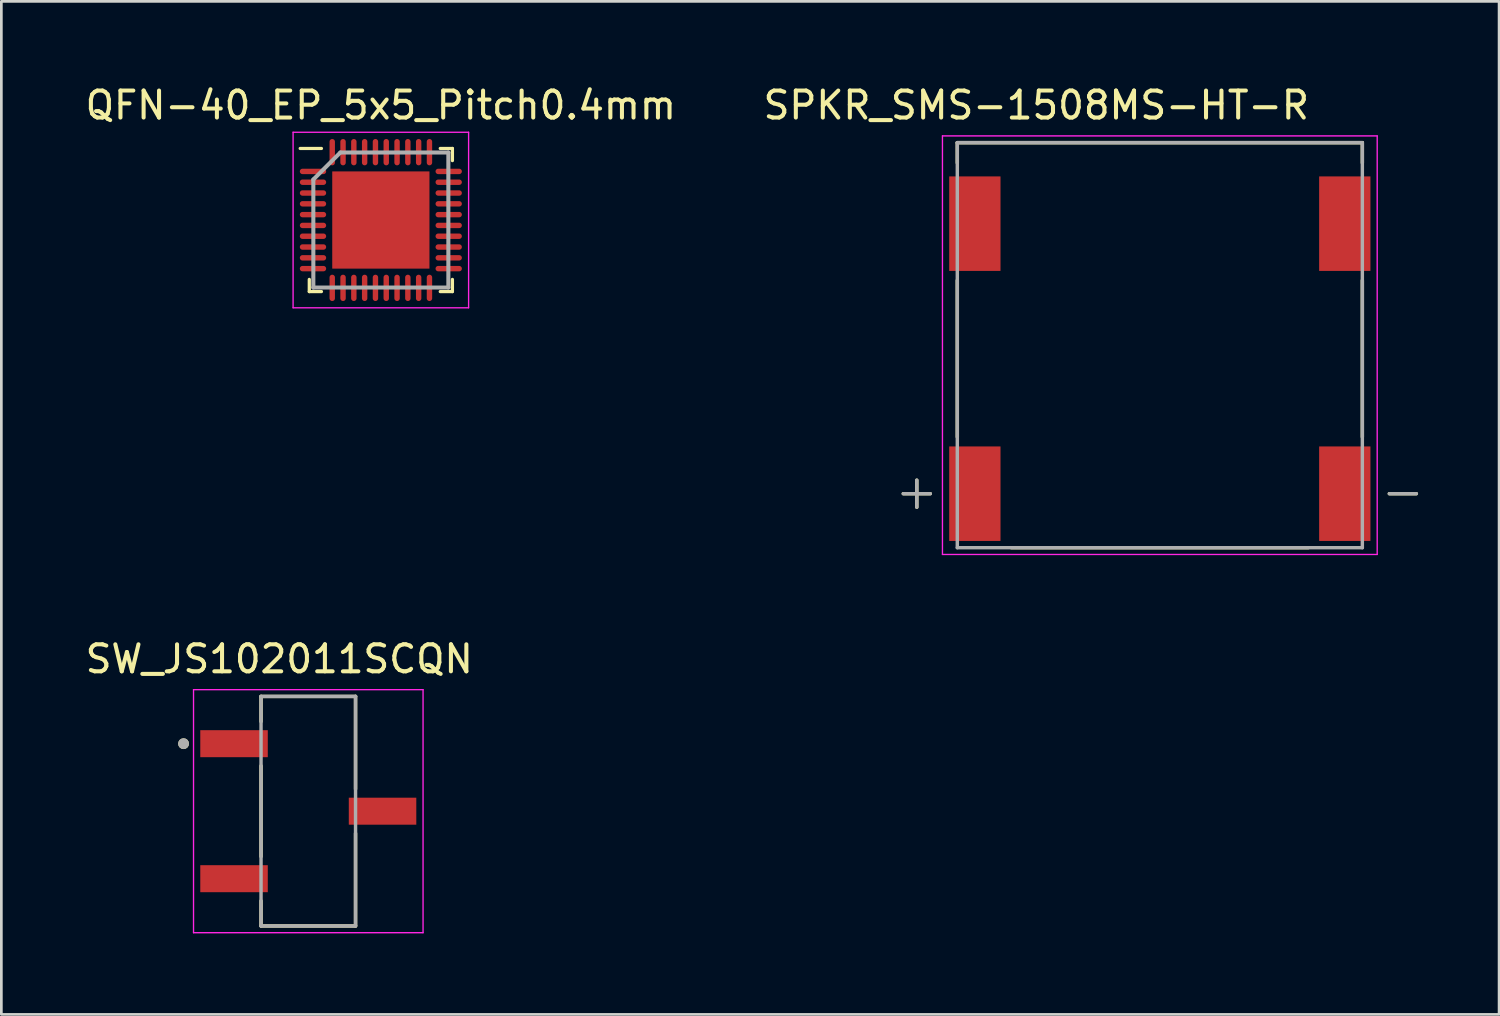
<source format=kicad_pcb>
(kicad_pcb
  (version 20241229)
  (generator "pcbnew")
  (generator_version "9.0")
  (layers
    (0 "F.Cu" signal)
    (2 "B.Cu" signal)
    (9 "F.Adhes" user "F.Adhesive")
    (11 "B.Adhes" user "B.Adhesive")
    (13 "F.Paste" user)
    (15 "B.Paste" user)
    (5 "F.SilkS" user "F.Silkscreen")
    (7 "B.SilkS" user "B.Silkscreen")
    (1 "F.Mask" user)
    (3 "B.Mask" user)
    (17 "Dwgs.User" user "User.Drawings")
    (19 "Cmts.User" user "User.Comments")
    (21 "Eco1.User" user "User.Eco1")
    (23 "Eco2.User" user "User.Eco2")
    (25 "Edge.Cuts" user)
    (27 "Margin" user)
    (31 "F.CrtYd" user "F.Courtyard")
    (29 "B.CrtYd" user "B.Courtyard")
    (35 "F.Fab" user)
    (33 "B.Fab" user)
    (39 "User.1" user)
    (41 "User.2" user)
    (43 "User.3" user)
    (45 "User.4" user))
  (footprint "QFN-40_EP_5x5_Pitch0.4mm"
    (layer "F.Cu")
    (at 11.054 5.098)
    (property "Reference" "QFN-40_EP_5x5_Pitch0.4mm" (at 0 -4.25 0) (layer "F.SilkS") (effects (font (size 1 1) (thickness 0.15))))
    (attr smd)
    (fp_line (start -2.65 2.65) (end -2.65 2.2) (stroke (width 0.12) (type solid)) (layer "F.SilkS"))
    (fp_line (start -2.2 -2.65) (end -2.987 -2.65) (stroke (width 0.12) (type solid)) (layer "F.SilkS"))
    (fp_line (start -2.2 2.65) (end -2.65 2.65) (stroke (width 0.12) (type solid)) (layer "F.SilkS"))
    (fp_line (start 2.2 -2.65) (end 2.65 -2.65) (stroke (width 0.12) (type solid)) (layer "F.SilkS"))
    (fp_line (start 2.2 2.65) (end 2.65 2.65) (stroke (width 0.12) (type solid)) (layer "F.SilkS"))
    (fp_line (start 2.65 -2.65) (end 2.65 -2.2) (stroke (width 0.12) (type solid)) (layer "F.SilkS"))
    (fp_line (start 2.65 2.65) (end 2.65 2.2) (stroke (width 0.12) (type solid)) (layer "F.SilkS"))
    (fp_rect (start -1.6 -1.6) (end -0.2 -0.2) (stroke (width 0.01) (type solid)) (fill yes) (layer "F.Paste"))
    (fp_rect (start -0.2 0.2) (end -1.6 1.6) (stroke (width 0.01) (type solid)) (fill yes) (layer "F.Paste"))
    (fp_rect (start 0.2 -0.2) (end 1.6 -1.6) (stroke (width 0.01) (type solid)) (fill yes) (layer "F.Paste"))
    (fp_rect (start 0.2 0.2) (end 1.6 1.6) (stroke (width 0.01) (type solid)) (fill yes) (layer "F.Paste"))
    (fp_line (start -3.25 -3.25) (end 3.25 -3.25) (stroke (width 0.05) (type solid)) (layer "F.CrtYd"))
    (fp_line (start -3.25 3.25) (end -3.25 -3.25) (stroke (width 0.05) (type solid)) (layer "F.CrtYd"))
    (fp_line (start 3.25 -3.25) (end 3.25 3.25) (stroke (width 0.05) (type solid)) (layer "F.CrtYd"))
    (fp_line (start 3.25 3.25) (end -3.25 3.25) (stroke (width 0.05) (type solid)) (layer "F.CrtYd"))
    (fp_line (start -2.5 -1.5) (end -2.5 2.5) (stroke (width 0.15) (type solid)) (layer "F.Fab"))
    (fp_line (start -2.5 2.5) (end 2.5 2.5) (stroke (width 0.15) (type solid)) (layer "F.Fab"))
    (fp_line (start -1.5 -2.5) (end -2.5 -1.5) (stroke (width 0.15) (type solid)) (layer "F.Fab"))
    (fp_line (start 2.5 -2.5) (end -1.5 -2.5) (stroke (width 0.15) (type solid)) (layer "F.Fab"))
    (fp_line (start 2.5 2.5) (end 2.5 -2.5) (stroke (width 0.15) (type solid)) (layer "F.Fab"))
    (pad "1" smd oval (at -2.513 -1.8 90) (size 0.2 0.975) (layers "F.Cu" "F.Mask" "F.Paste"))
    (pad "2" smd oval (at -2.513 -1.4 90) (size 0.2 0.975) (layers "F.Cu" "F.Mask" "F.Paste"))
    (pad "3" smd oval (at -2.513 -1 90) (size 0.2 0.975) (layers "F.Cu" "F.Mask" "F.Paste"))
    (pad "4" smd oval (at -2.513 -0.6 90) (size 0.2 0.975) (layers "F.Cu" "F.Mask" "F.Paste"))
    (pad "5" smd oval (at -2.513 -0.2 90) (size 0.2 0.975) (layers "F.Cu" "F.Mask" "F.Paste"))
    (pad "6" smd oval (at -2.513 0.2 90) (size 0.2 0.975) (layers "F.Cu" "F.Mask" "F.Paste"))
    (pad "7" smd oval (at -2.513 0.6 90) (size 0.2 0.975) (layers "F.Cu" "F.Mask" "F.Paste"))
    (pad "8" smd oval (at -2.513 1 90) (size 0.2 0.975) (layers "F.Cu" "F.Mask" "F.Paste"))
    (pad "9" smd oval (at -2.513 1.4 90) (size 0.2 0.975) (layers "F.Cu" "F.Mask" "F.Paste"))
    (pad "10" smd oval (at -2.513 1.8 90) (size 0.2 0.975) (layers "F.Cu" "F.Mask" "F.Paste"))
    (pad "11" smd oval (at -1.8 2.513) (size 0.2 0.975) (layers "F.Cu" "F.Mask" "F.Paste"))
    (pad "12" smd oval (at -1.4 2.513) (size 0.2 0.975) (layers "F.Cu" "F.Mask" "F.Paste"))
    (pad "13" smd oval (at -1 2.513) (size 0.2 0.975) (layers "F.Cu" "F.Mask" "F.Paste"))
    (pad "14" smd oval (at -0.6 2.513) (size 0.2 0.975) (layers "F.Cu" "F.Mask" "F.Paste"))
    (pad "15" smd oval (at -0.2 2.513) (size 0.2 0.975) (layers "F.Cu" "F.Mask" "F.Paste"))
    (pad "16" smd oval (at 0.2 2.513) (size 0.2 0.975) (layers "F.Cu" "F.Mask" "F.Paste"))
    (pad "17" smd oval (at 0.6 2.513) (size 0.2 0.975) (layers "F.Cu" "F.Mask" "F.Paste"))
    (pad "18" smd oval (at 1 2.513) (size 0.2 0.975) (layers "F.Cu" "F.Mask" "F.Paste"))
    (pad "19" smd oval (at 1.4 2.513) (size 0.2 0.975) (layers "F.Cu" "F.Mask" "F.Paste"))
    (pad "20" smd oval (at 1.8 2.513) (size 0.2 0.975) (layers "F.Cu" "F.Mask" "F.Paste"))
    (pad "21" smd oval (at 2.513 1.8 90) (size 0.2 0.975) (layers "F.Cu" "F.Mask" "F.Paste"))
    (pad "22" smd oval (at 2.513 1.4 90) (size 0.2 0.975) (layers "F.Cu" "F.Mask" "F.Paste"))
    (pad "23" smd oval (at 2.513 1 90) (size 0.2 0.975) (layers "F.Cu" "F.Mask" "F.Paste"))
    (pad "24" smd oval (at 2.513 0.6 90) (size 0.2 0.975) (layers "F.Cu" "F.Mask" "F.Paste"))
    (pad "25" smd oval (at 2.513 0.2 90) (size 0.2 0.975) (layers "F.Cu" "F.Mask" "F.Paste"))
    (pad "26" smd oval (at 2.513 -0.2 90) (size 0.2 0.975) (layers "F.Cu" "F.Mask" "F.Paste"))
    (pad "27" smd oval (at 2.513 -0.6 90) (size 0.2 0.975) (layers "F.Cu" "F.Mask" "F.Paste"))
    (pad "28" smd oval (at 2.513 -1 90) (size 0.2 0.975) (layers "F.Cu" "F.Mask" "F.Paste"))
    (pad "29" smd oval (at 2.513 -1.4 90) (size 0.2 0.975) (layers "F.Cu" "F.Mask" "F.Paste"))
    (pad "30" smd oval (at 2.513 -1.8 90) (size 0.2 0.975) (layers "F.Cu" "F.Mask" "F.Paste"))
    (pad "31" smd oval (at 1.8 -2.513) (size 0.2 0.975) (layers "F.Cu" "F.Mask" "F.Paste"))
    (pad "32" smd oval (at 1.4 -2.513) (size 0.2 0.975) (layers "F.Cu" "F.Mask" "F.Paste"))
    (pad "33" smd oval (at 1 -2.513) (size 0.2 0.975) (layers "F.Cu" "F.Mask" "F.Paste"))
    (pad "34" smd oval (at 0.6 -2.513) (size 0.2 0.975) (layers "F.Cu" "F.Mask" "F.Paste"))
    (pad "35" smd oval (at 0.2 -2.513) (size 0.2 0.975) (layers "F.Cu" "F.Mask" "F.Paste"))
    (pad "36" smd oval (at -0.2 -2.513) (size 0.2 0.975) (layers "F.Cu" "F.Mask" "F.Paste"))
    (pad "37" smd oval (at -0.6 -2.513) (size 0.2 0.975) (layers "F.Cu" "F.Mask" "F.Paste"))
    (pad "38" smd oval (at -1 -2.513) (size 0.2 0.975) (layers "F.Cu" "F.Mask" "F.Paste"))
    (pad "39" smd oval (at -1.4 -2.513) (size 0.2 0.975) (layers "F.Cu" "F.Mask" "F.Paste"))
    (pad "40" smd oval (at -1.8 -2.513) (size 0.2 0.975) (layers "F.Cu" "F.Mask" "F.Paste"))
    (pad "40" smd rect (at 0 0) (size 3.6 3.6) (layers "F.Cu" "F.Mask")))
  (footprint "SW_JS102011SCQN"
    (layer "F.Cu")
    (at 8.367 26.991)
    (property "Reference" "SW_JS102011SCQN" (at -1.075 -5.635 0) (layer "F.SilkS") (effects (font (size 1 1) (thickness 0.15))))
    (attr through_hole)
    (fp_line (start -1.75 -4.25) (end 1.75 -4.25) (stroke (width 0.127) (type solid)) (layer "F.SilkS"))
    (fp_line (start -1.75 -3.32) (end -1.75 -4.25) (stroke (width 0.127) (type solid)) (layer "F.SilkS"))
    (fp_line (start -1.75 -1.68) (end -1.75 1.68) (stroke (width 0.127) (type solid)) (layer "F.SilkS"))
    (fp_line (start -1.75 4.25) (end -1.75 3.32) (stroke (width 0.127) (type solid)) (layer "F.SilkS"))
    (fp_line (start 1.75 -4.25) (end 1.75 -0.82) (stroke (width 0.127) (type solid)) (layer "F.SilkS"))
    (fp_line (start 1.75 0.82) (end 1.75 4.25) (stroke (width 0.127) (type solid)) (layer "F.SilkS"))
    (fp_line (start 1.75 4.25) (end -1.75 4.25) (stroke (width 0.127) (type solid)) (layer "F.SilkS"))
    (fp_circle (center -4.619 -2.5) (end -4.519 -2.5) (stroke (width 0.2) (type solid)) (fill no) (layer "F.SilkS"))
    (fp_line (start -4.25 -4.5) (end -4.25 4.5) (stroke (width 0.05) (type solid)) (layer "F.CrtYd"))
    (fp_line (start -4.25 4.5) (end 4.25 4.5) (stroke (width 0.05) (type solid)) (layer "F.CrtYd"))
    (fp_line (start 4.25 -4.5) (end -4.25 -4.5) (stroke (width 0.05) (type solid)) (layer "F.CrtYd"))
    (fp_line (start 4.25 4.5) (end 4.25 -4.5) (stroke (width 0.05) (type solid)) (layer "F.CrtYd"))
    (fp_line (start -1.75 -4.25) (end 1.75 -4.25) (stroke (width 0.127) (type solid)) (layer "F.Fab"))
    (fp_line (start -1.75 4.25) (end -1.75 -4.25) (stroke (width 0.127) (type solid)) (layer "F.Fab"))
    (fp_line (start 1.75 -4.25) (end 1.75 4.25) (stroke (width 0.127) (type solid)) (layer "F.Fab"))
    (fp_line (start 1.75 4.25) (end -1.75 4.25) (stroke (width 0.127) (type solid)) (layer "F.Fab"))
    (fp_circle (center -4.619 -2.5) (end -4.519 -2.5) (stroke (width 0.2) (type solid)) (fill no) (layer "F.Fab"))
    (pad "1" smd rect (at -2.75 -2.5) (size 2.5 1) (layers "F.Cu" "F.Mask" "F.Paste"))
    (pad "2" smd rect (at 2.75 0) (size 2.5 1) (layers "F.Cu" "F.Mask" "F.Paste"))
    (pad "3" smd rect (at -2.75 2.5) (size 2.5 1) (layers "F.Cu" "F.Mask" "F.Paste")))
  (footprint "SPKR_SMS-1508MS-HT-R"
    (layer "F.Cu")
    (at 39.902 9.733)
    (property "Reference" "SPKR_SMS-1508MS-HT-R" (at -4.575 -8.885 0) (layer "F.SilkS") (effects (font (size 1 1) (thickness 0.15))))
    (attr through_hole)
    (fp_line (start -9.5 5.5) (end -8.5 5.5) (stroke (width 0.127) (type solid)) (layer "F.SilkS"))
    (fp_line (start -9 5) (end -9 6) (stroke (width 0.127) (type solid)) (layer "F.SilkS"))
    (fp_line (start -7.5 -7.5) (end 7.5 -7.5) (stroke (width 0.127) (type solid)) (layer "F.SilkS"))
    (fp_line (start -7.5 -6.75) (end -7.5 -7.5) (stroke (width 0.127) (type solid)) (layer "F.SilkS"))
    (fp_line (start -7.5 3.4) (end -7.5 -2.4) (stroke (width 0.127) (type solid)) (layer "F.SilkS"))
    (fp_line (start 5.5 7.5) (end -5.5 7.5) (stroke (width 0.127) (type solid)) (layer "F.SilkS"))
    (fp_line (start 7.5 -7.5) (end 7.5 -6.75) (stroke (width 0.127) (type solid)) (layer "F.SilkS"))
    (fp_line (start 7.5 -2.4) (end 7.5 3.4) (stroke (width 0.127) (type solid)) (layer "F.SilkS"))
    (fp_line (start 8.5 5.5) (end 9.5 5.5) (stroke (width 0.127) (type solid)) (layer "F.SilkS"))
    (fp_line (start -8.05 -7.75) (end 8.05 -7.75) (stroke (width 0.05) (type solid)) (layer "F.CrtYd"))
    (fp_line (start -8.05 7.75) (end -8.05 -7.75) (stroke (width 0.05) (type solid)) (layer "F.CrtYd"))
    (fp_line (start 8.05 -7.75) (end 8.05 7.75) (stroke (width 0.05) (type solid)) (layer "F.CrtYd"))
    (fp_line (start 8.05 7.75) (end -8.05 7.75) (stroke (width 0.05) (type solid)) (layer "F.CrtYd"))
    (fp_line (start -9.5 5.5) (end -8.5 5.5) (stroke (width 0.127) (type solid)) (layer "F.Fab"))
    (fp_line (start -9 5) (end -9 6) (stroke (width 0.127) (type solid)) (layer "F.Fab"))
    (fp_line (start -7.5 -7.5) (end 7.5 -7.5) (stroke (width 0.127) (type solid)) (layer "F.Fab"))
    (fp_line (start -7.5 7.5) (end -7.5 -7.5) (stroke (width 0.127) (type solid)) (layer "F.Fab"))
    (fp_line (start 7.5 -7.5) (end 7.5 7.5) (stroke (width 0.127) (type solid)) (layer "F.Fab"))
    (fp_line (start 7.5 7.5) (end -7.5 7.5) (stroke (width 0.127) (type solid)) (layer "F.Fab"))
    (fp_line (start 8.5 5.5) (end 9.5 5.5) (stroke (width 0.127) (type solid)) (layer "F.Fab"))
    (pad "1" smd rect (at -6.85 5.5) (size 1.9 3.5) (layers "F.Cu" "F.Mask" "F.Paste"))
    (pad "2" smd rect (at 6.85 5.5) (size 1.9 3.5) (layers "F.Cu" "F.Mask" "F.Paste"))
    (pad "3" smd rect (at 6.85 -4.5) (size 1.9 3.5) (layers "F.Cu" "F.Mask" "F.Paste"))
    (pad "4" smd rect (at -6.85 -4.5) (size 1.9 3.5) (layers "F.Cu" "F.Mask" "F.Paste"))
    (zone (net_name "") (layer "F.Cu") (hatch full 0.508) (connect_pads) (min_thickness 0.01) (filled_areas_thickness no) (keepout (tracks not_allowed) (vias not_allowed) (pads not_allowed) (copperpour not_allowed) (footprints allowed)) (placement (enabled no)) (fill) (polygon (pts (xy 36.552 4.283) (xy 43.252 4.283) (xy 43.336 4.285) (xy 43.419 4.292) (xy 43.502 4.303) (xy 43.585 4.318) (xy 43.666 4.338) (xy 43.746 4.361) (xy 43.825 4.389) (xy 43.903 4.421) (xy 43.978 4.457) (xy 44.052 4.497) (xy 44.123 4.541) (xy 44.192 4.589) (xy 44.259 4.64) (xy 44.323 4.694) (xy 44.383 4.752) (xy 44.441 4.812) (xy 44.495 4.876) (xy 44.546 4.943) (xy 44.594 5.012) (xy 44.638 5.083) (xy 44.678 5.157) (xy 44.714 5.232) (xy 44.746 5.31) (xy 44.774 5.389) (xy 44.797 5.469) (xy 44.817 5.55) (xy 44.832 5.633) (xy 44.843 5.716) (xy 44.85 5.799) (xy 44.852 5.883) (xy 44.852 13.583) (xy 44.85 13.667) (xy 44.843 13.75) (xy 44.832 13.833) (xy 44.817 13.916) (xy 44.797 13.997) (xy 44.774 14.077) (xy 44.746 14.156) (xy 44.714 14.234) (xy 44.678 14.309) (xy 44.638 14.383) (xy 44.594 14.454) (xy 44.546 14.523) (xy 44.495 14.59) (xy 44.441 14.654) (xy 44.383 14.714) (xy 44.323 14.772) (xy 44.259 14.826) (xy 44.192 14.877) (xy 44.123 14.925) (xy 44.052 14.969) (xy 43.978 15.009) (xy 43.903 15.045) (xy 43.825 15.077) (xy 43.746 15.105) (xy 43.666 15.128) (xy 43.585 15.148) (xy 43.502 15.163) (xy 43.419 15.174) (xy 43.336 15.181) (xy 43.252 15.183) (xy 36.552 15.183) (xy 36.468 15.181) (xy 36.385 15.174) (xy 36.302 15.163) (xy 36.219 15.148) (xy 36.138 15.128) (xy 36.058 15.105) (xy 35.979 15.077) (xy 35.901 15.045) (xy 35.826 15.009) (xy 35.752 14.969) (xy 35.681 14.925) (xy 35.612 14.877) (xy 35.545 14.826) (xy 35.481 14.772) (xy 35.421 14.714) (xy 35.363 14.654) (xy 35.309 14.59) (xy 35.258 14.523) (xy 35.21 14.454) (xy 35.166 14.383) (xy 35.126 14.309) (xy 35.09 14.234) (xy 35.058 14.156) (xy 35.03 14.077) (xy 35.007 13.997) (xy 34.987 13.916) (xy 34.972 13.833) (xy 34.961 13.75) (xy 34.954 13.667) (xy 34.952 13.583) (xy 34.952 5.883) (xy 34.954 5.799) (xy 34.961 5.716) (xy 34.972 5.633) (xy 34.987 5.55) (xy 35.007 5.469) (xy 35.03 5.389) (xy 35.058 5.31) (xy 35.09 5.232) (xy 35.126 5.157) (xy 35.166 5.083) (xy 35.21 5.012) (xy 35.258 4.943) (xy 35.309 4.876) (xy 35.363 4.812) (xy 35.421 4.752) (xy 35.481 4.694) (xy 35.545 4.64) (xy 35.612 4.589) (xy 35.681 4.541) (xy 35.752 4.497) (xy 35.826 4.457) (xy 35.901 4.421) (xy 35.979 4.389) (xy 36.058 4.361) (xy 36.138 4.338) (xy 36.219 4.318) (xy 36.302 4.303) (xy 36.385 4.292) (xy 36.468 4.285))))
    (zone (net_name "") (layer "B.Cu") (hatch full 0.508) (connect_pads) (min_thickness 0.01) (filled_areas_thickness no) (keepout (tracks not_allowed) (vias not_allowed) (pads not_allowed) (copperpour not_allowed) (footprints allowed)) (placement (enabled no)) (fill) (polygon (pts (xy 36.552 4.283) (xy 43.252 4.283) (xy 43.336 4.285) (xy 43.419 4.292) (xy 43.502 4.303) (xy 43.585 4.318) (xy 43.666 4.338) (xy 43.746 4.361) (xy 43.825 4.389) (xy 43.903 4.421) (xy 43.978 4.457) (xy 44.052 4.497) (xy 44.123 4.541) (xy 44.192 4.589) (xy 44.259 4.64) (xy 44.323 4.694) (xy 44.383 4.752) (xy 44.441 4.812) (xy 44.495 4.876) (xy 44.546 4.943) (xy 44.594 5.012) (xy 44.638 5.083) (xy 44.678 5.157) (xy 44.714 5.232) (xy 44.746 5.31) (xy 44.774 5.389) (xy 44.797 5.469) (xy 44.817 5.55) (xy 44.832 5.633) (xy 44.843 5.716) (xy 44.85 5.799) (xy 44.852 5.883) (xy 44.852 13.583) (xy 44.85 13.667) (xy 44.843 13.75) (xy 44.832 13.833) (xy 44.817 13.916) (xy 44.797 13.997) (xy 44.774 14.077) (xy 44.746 14.156) (xy 44.714 14.234) (xy 44.678 14.309) (xy 44.638 14.383) (xy 44.594 14.454) (xy 44.546 14.523) (xy 44.495 14.59) (xy 44.441 14.654) (xy 44.383 14.714) (xy 44.323 14.772) (xy 44.259 14.826) (xy 44.192 14.877) (xy 44.123 14.925) (xy 44.052 14.969) (xy 43.978 15.009) (xy 43.903 15.045) (xy 43.825 15.077) (xy 43.746 15.105) (xy 43.666 15.128) (xy 43.585 15.148) (xy 43.502 15.163) (xy 43.419 15.174) (xy 43.336 15.181) (xy 43.252 15.183) (xy 36.552 15.183) (xy 36.468 15.181) (xy 36.385 15.174) (xy 36.302 15.163) (xy 36.219 15.148) (xy 36.138 15.128) (xy 36.058 15.105) (xy 35.979 15.077) (xy 35.901 15.045) (xy 35.826 15.009) (xy 35.752 14.969) (xy 35.681 14.925) (xy 35.612 14.877) (xy 35.545 14.826) (xy 35.481 14.772) (xy 35.421 14.714) (xy 35.363 14.654) (xy 35.309 14.59) (xy 35.258 14.523) (xy 35.21 14.454) (xy 35.166 14.383) (xy 35.126 14.309) (xy 35.09 14.234) (xy 35.058 14.156) (xy 35.03 14.077) (xy 35.007 13.997) (xy 34.987 13.916) (xy 34.972 13.833) (xy 34.961 13.75) (xy 34.954 13.667) (xy 34.952 13.583) (xy 34.952 5.883) (xy 34.954 5.799) (xy 34.961 5.716) (xy 34.972 5.633) (xy 34.987 5.55) (xy 35.007 5.469) (xy 35.03 5.389) (xy 35.058 5.31) (xy 35.09 5.232) (xy 35.126 5.157) (xy 35.166 5.083) (xy 35.21 5.012) (xy 35.258 4.943) (xy 35.309 4.876) (xy 35.363 4.812) (xy 35.421 4.752) (xy 35.481 4.694) (xy 35.545 4.64) (xy 35.612 4.589) (xy 35.681 4.541) (xy 35.752 4.497) (xy 35.826 4.457) (xy 35.901 4.421) (xy 35.979 4.389) (xy 36.058 4.361) (xy 36.138 4.338) (xy 36.219 4.318) (xy 36.302 4.303) (xy 36.385 4.292) (xy 36.468 4.285)))))
  (gr_rect
    (start -3 -3)
    (end 52.466 34.517)
    (stroke (width 0.1) (type default))
    (fill no)
    (layer "Edge.Cuts")))
</source>
